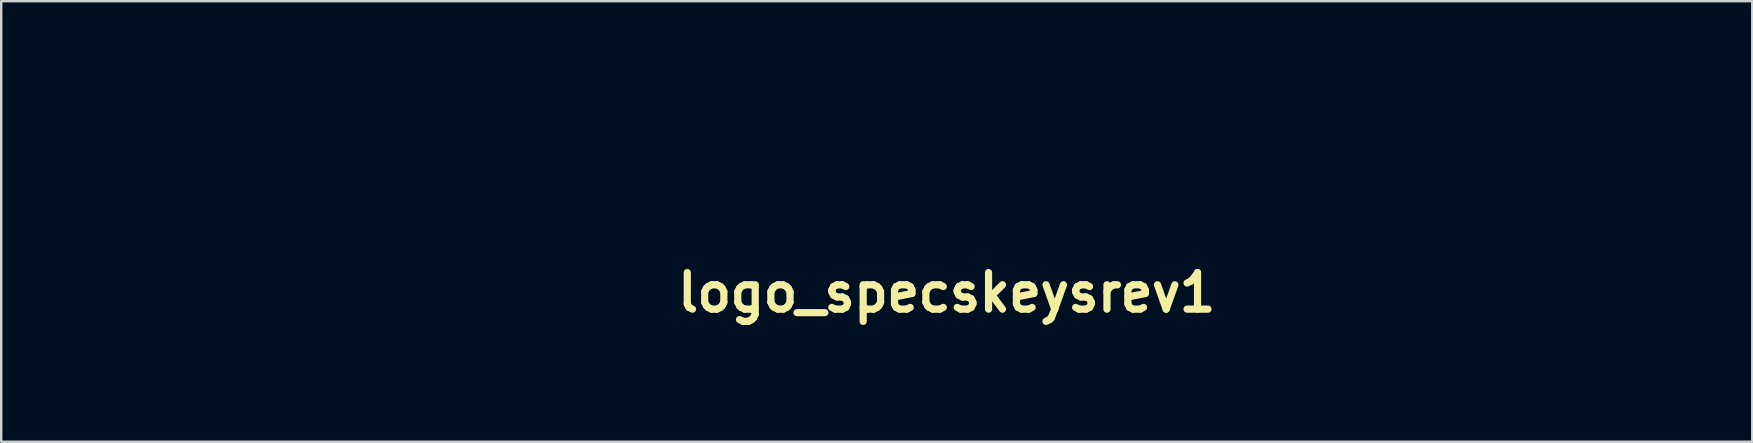
<source format=kicad_pcb>
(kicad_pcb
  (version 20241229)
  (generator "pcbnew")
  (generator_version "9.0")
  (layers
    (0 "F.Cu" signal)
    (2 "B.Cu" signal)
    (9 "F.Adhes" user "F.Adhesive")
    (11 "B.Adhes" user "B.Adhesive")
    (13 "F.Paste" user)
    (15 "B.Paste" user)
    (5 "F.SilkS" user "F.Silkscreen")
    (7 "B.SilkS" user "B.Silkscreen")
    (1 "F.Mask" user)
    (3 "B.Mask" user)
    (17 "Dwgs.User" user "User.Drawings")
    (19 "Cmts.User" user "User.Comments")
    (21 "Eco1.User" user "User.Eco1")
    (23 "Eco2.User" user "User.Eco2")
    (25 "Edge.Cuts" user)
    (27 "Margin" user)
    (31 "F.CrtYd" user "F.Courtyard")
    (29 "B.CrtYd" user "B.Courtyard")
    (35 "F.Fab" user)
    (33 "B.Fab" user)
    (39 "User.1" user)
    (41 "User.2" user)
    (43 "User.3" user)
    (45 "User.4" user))
  (footprint "logo_specskeysrev1"
    (layer "F.Cu")
    (at 36.403 9.144)
    (property "Reference" "logo_specskeysrev1" (at 0 0 0) (layer "F.SilkS") (effects (font (size 1.524 1.524) (thickness 0.3))))
    (attr board_only exclude_from_pos_files exclude_from_bom)
    (fp_poly (pts (xy 29.722 0.229) (xy 29.887 0.339) (xy 29.952 0.417) (xy 29.998 0.518) (xy 30.028 0.672) (xy 30.046 0.906) (xy 30.054 1.248) (xy 30.057 1.727) (xy 30.057 1.82) (xy 30.057 3.133) (xy 29.553 3.133) (xy 29.53 1.926) (xy 29.506 0.72) (xy 29.273 0.693) (xy 29.105 0.644) (xy 29.045 0.515) (xy 29.041 0.418) (xy 29.055 0.258) (xy 29.129 0.188) (xy 29.311 0.17) (xy 29.379 0.169)) (stroke (width 0) (type solid)) (fill yes) (layer "F.Mask"))
    (fp_poly (pts (xy 22.99 0.85) (xy 23.172 0.867) (xy 23.257 0.911) (xy 23.282 0.995) (xy 23.283 1.058) (xy 23.271 1.181) (xy 23.204 1.244) (xy 23.043 1.267) (xy 22.835 1.27) (xy 22.561 1.288) (xy 22.352 1.335) (xy 22.284 1.372) (xy 22.23 1.517) (xy 22.196 1.816) (xy 22.183 2.255) (xy 22.183 2.303) (xy 22.181 2.683) (xy 22.172 2.924) (xy 22.147 3.059) (xy 22.097 3.118) (xy 22.016 3.132) (xy 21.971 3.133) (xy 21.759 3.133) (xy 21.759 2.13) (xy 21.764 1.639) (xy 21.791 1.293) (xy 21.858 1.065) (xy 21.982 0.932) (xy 22.183 0.868) (xy 22.476 0.848) (xy 22.676 0.847)) (stroke (width 0) (type solid)) (fill yes) (layer "F.Mask"))
    (fp_poly (pts (xy 26.499 0.856) (xy 26.581 0.898) (xy 26.665 0.99) (xy 26.761 1.153) (xy 26.878 1.405) (xy 27.027 1.766) (xy 27.22 2.254) (xy 27.36 2.617) (xy 27.419 2.729) (xy 27.485 2.749) (xy 27.57 2.665) (xy 27.684 2.461) (xy 27.837 2.123) (xy 27.99 1.759) (xy 28.149 1.378) (xy 28.267 1.127) (xy 28.361 0.977) (xy 28.452 0.9) (xy 28.559 0.869) (xy 28.61 0.862) (xy 28.786 0.855) (xy 28.832 0.911) (xy 28.791 1.047) (xy 28.639 1.43) (xy 28.468 1.839) (xy 28.291 2.241) (xy 28.125 2.6) (xy 27.987 2.881) (xy 27.891 3.048) (xy 27.876 3.069) (xy 27.691 3.178) (xy 27.445 3.214) (xy 27.214 3.175) (xy 27.101 3.1) (xy 27.045 2.996) (xy 26.942 2.772) (xy 26.807 2.466) (xy 26.655 2.111) (xy 26.501 1.745) (xy 26.36 1.402) (xy 26.247 1.118) (xy 26.177 0.93) (xy 26.162 0.874) (xy 26.236 0.854) (xy 26.407 0.847)) (stroke (width 0) (type solid)) (fill yes) (layer "F.Mask"))
    (fp_poly (pts (xy 4.741 -3.874) (xy 5.494 -3.91) (xy 5.952 -3.948) (xy 6.283 -4.01) (xy 6.441 -4.075) (xy 6.55 -4.193) (xy 6.72 -4.43) (xy 6.929 -4.756) (xy 7.157 -5.14) (xy 7.247 -5.298) (xy 7.859 -6.392) (xy 8.554 -6.417) (xy 9.248 -6.442) (xy 8.887 -5.782) (xy 8.525 -5.134) (xy 8.221 -4.622) (xy 7.964 -4.23) (xy 7.742 -3.94) (xy 7.543 -3.734) (xy 7.47 -3.673) (xy 7.129 -3.41) (xy 7.415 -3.274) (xy 7.635 -3.122) (xy 7.868 -2.894) (xy 7.963 -2.775) (xy 8.082 -2.597) (xy 8.252 -2.324) (xy 8.455 -1.986) (xy 8.674 -1.614) (xy 8.892 -1.238) (xy 9.09 -0.888) (xy 9.252 -0.594) (xy 9.361 -0.386) (xy 9.398 -0.296) (xy 9.32 -0.276) (xy 9.112 -0.267) (xy 8.815 -0.268) (xy 8.703 -0.272) (xy 8.008 -0.296) (xy 7.401 -1.397) (xy 7.122 -1.892) (xy 6.891 -2.257) (xy 6.683 -2.513) (xy 6.469 -2.681) (xy 6.222 -2.781) (xy 5.915 -2.834) (xy 5.521 -2.862) (xy 5.488 -2.864) (xy 4.741 -2.899) (xy 4.741 -0.254) (xy 3.471 -0.254) (xy 3.471 -9.144) (xy 4.741 -9.144)) (stroke (width 0) (type solid)) (fill yes) (layer "F.Mask"))
    (fp_poly (pts (xy 20.585 2.159) (xy 19.899 2.184) (xy 19.214 2.208) (xy 19.333 1.93) (xy 19.648 1.185) (xy 19.906 0.574) (xy 20.103 0.101) (xy 20.238 -0.229) (xy 20.309 -0.41) (xy 20.32 -0.446) (xy 20.245 -0.483) (xy 20.059 -0.527) (xy 19.985 -0.54) (xy 19.68 -0.644) (xy 19.448 -0.868) (xy 19.381 -0.993) (xy 19.262 -1.25) (xy 19.101 -1.615) (xy 18.907 -2.067) (xy 18.69 -2.583) (xy 18.458 -3.141) (xy 18.22 -3.717) (xy 17.987 -4.289) (xy 17.767 -4.835) (xy 17.569 -5.333) (xy 17.403 -5.758) (xy 17.279 -6.09) (xy 17.204 -6.304) (xy 17.187 -6.375) (xy 17.265 -6.403) (xy 17.471 -6.419) (xy 17.765 -6.419) (xy 17.839 -6.417) (xy 18.49 -6.392) (xy 19.433 -4.083) (xy 19.675 -3.493) (xy 19.901 -2.953) (xy 20.1 -2.483) (xy 20.265 -2.103) (xy 20.387 -1.834) (xy 20.457 -1.695) (xy 20.466 -1.683) (xy 20.549 -1.617) (xy 20.631 -1.6) (xy 20.721 -1.645) (xy 20.826 -1.766) (xy 20.955 -1.976) (xy 21.116 -2.288) (xy 21.316 -2.716) (xy 21.565 -3.272) (xy 21.869 -3.971) (xy 21.892 -4.022) (xy 22.918 -6.392) (xy 23.603 -6.417) (xy 24.289 -6.441)) (stroke (width 0) (type solid)) (fill yes) (layer "F.Mask"))
    (fp_poly (pts (xy -7.959 -5.261) (xy -9.758 -5.234) (xy -10.364 -5.224) (xy -10.826 -5.212) (xy -11.168 -5.195) (xy -11.416 -5.172) (xy -11.595 -5.141) (xy -11.729 -5.098) (xy -11.843 -5.041) (xy -11.853 -5.035) (xy -12.121 -4.83) (xy -12.308 -4.557) (xy -12.424 -4.191) (xy -12.48 -3.704) (xy -12.488 -3.344) (xy -12.464 -2.772) (xy -12.385 -2.337) (xy -12.242 -2.011) (xy -12.023 -1.769) (xy -11.853 -1.653) (xy -11.74 -1.596) (xy -11.609 -1.551) (xy -11.436 -1.519) (xy -11.196 -1.495) (xy -10.863 -1.478) (xy -10.414 -1.466) (xy -9.823 -1.455) (xy -9.758 -1.454) (xy -7.959 -1.427) (xy -7.959 -0.254) (xy -9.842 -0.261) (xy -10.403 -0.266) (xy -10.916 -0.276) (xy -11.355 -0.29) (xy -11.691 -0.306) (xy -11.897 -0.325) (xy -11.938 -0.333) (xy -12.526 -0.594) (xy -13.024 -0.98) (xy -13.407 -1.468) (xy -13.607 -1.896) (xy -13.693 -2.263) (xy -13.746 -2.743) (xy -13.766 -3.283) (xy -13.754 -3.828) (xy -13.708 -4.326) (xy -13.629 -4.723) (xy -13.607 -4.793) (xy -13.335 -5.33) (xy -12.932 -5.797) (xy -12.433 -6.154) (xy -12.415 -6.163) (xy -12.274 -6.235) (xy -12.145 -6.291) (xy -12.002 -6.332) (xy -11.821 -6.362) (xy -11.579 -6.383) (xy -11.25 -6.397) (xy -10.809 -6.407) (xy -10.234 -6.415) (xy -9.97 -6.419) (xy -7.959 -6.446)) (stroke (width 0) (type solid)) (fill yes) (layer "F.Mask"))
    (fp_poly (pts (xy 25.167 0.852) (xy 25.393 0.876) (xy 25.545 0.929) (xy 25.668 1.023) (xy 25.7 1.054) (xy 25.875 1.327) (xy 25.91 1.625) (xy 25.806 1.899) (xy 25.685 2.026) (xy 25.533 2.119) (xy 25.343 2.173) (xy 25.067 2.197) (xy 24.796 2.201) (xy 24.463 2.204) (xy 24.265 2.219) (xy 24.167 2.256) (xy 24.133 2.327) (xy 24.13 2.404) (xy 24.15 2.536) (xy 24.227 2.624) (xy 24.388 2.677) (xy 24.662 2.702) (xy 25.076 2.709) (xy 25.111 2.709) (xy 25.457 2.711) (xy 25.668 2.724) (xy 25.777 2.757) (xy 25.817 2.821) (xy 25.823 2.921) (xy 25.823 3.133) (xy 24.956 3.126) (xy 24.581 3.119) (xy 24.264 3.106) (xy 24.048 3.089) (xy 23.98 3.076) (xy 23.834 2.935) (xy 23.721 2.671) (xy 23.646 2.329) (xy 23.616 1.952) (xy 23.634 1.617) (xy 24.13 1.617) (xy 24.13 1.863) (xy 24.72 1.863) (xy 25.043 1.855) (xy 25.238 1.827) (xy 25.348 1.767) (xy 25.397 1.699) (xy 25.428 1.511) (xy 25.309 1.37) (xy 25.054 1.287) (xy 24.808 1.27) (xy 24.465 1.284) (xy 24.258 1.335) (xy 24.157 1.441) (xy 24.13 1.617) (xy 23.634 1.617) (xy 23.636 1.585) (xy 23.71 1.272) (xy 23.746 1.191) (xy 23.842 1.036) (xy 23.961 0.935) (xy 24.14 0.878) (xy 24.415 0.853) (xy 24.818 0.847)) (stroke (width 0) (type solid)) (fill yes) (layer "F.Mask"))
    (fp_poly (pts (xy -25.594 -6.392) (xy -25.166 -6.388) (xy -24.85 -6.377) (xy -24.617 -6.357) (xy -24.439 -6.323) (xy -24.286 -6.274) (xy -24.129 -6.204) (xy -24.023 -6.153) (xy -23.53 -5.835) (xy -23.152 -5.419) (xy -22.884 -4.892) (xy -22.721 -4.247) (xy -22.658 -3.473) (xy -22.657 -3.344) (xy -22.702 -2.562) (xy -22.84 -1.911) (xy -23.079 -1.379) (xy -23.424 -0.951) (xy -23.882 -0.615) (xy -24 -0.551) (xy -24.498 -0.296) (xy -26.261 -0.269) (xy -28.025 -0.242) (xy -28.025 2.201) (xy -29.305 2.201) (xy -29.279 -1.291) (xy -29.278 -1.423) (xy -28.039 -1.423) (xy -26.444 -1.452) (xy -25.874 -1.465) (xy -25.446 -1.479) (xy -25.134 -1.499) (xy -24.911 -1.527) (xy -24.751 -1.566) (xy -24.628 -1.618) (xy -24.573 -1.649) (xy -24.268 -1.922) (xy -24.06 -2.318) (xy -23.948 -2.844) (xy -23.925 -3.301) (xy -23.953 -3.89) (xy -24.048 -4.357) (xy -24.226 -4.713) (xy -24.5 -4.968) (xy -24.885 -5.135) (xy -25.395 -5.224) (xy -26.045 -5.246) (xy -26.448 -5.235) (xy -26.927 -5.198) (xy -27.275 -5.128) (xy -27.529 -5.009) (xy -27.727 -4.826) (xy -27.833 -4.681) (xy -27.889 -4.572) (xy -27.93 -4.423) (xy -27.961 -4.207) (xy -27.983 -3.898) (xy -27.999 -3.47) (xy -28.01 -2.938) (xy -28.039 -1.423) (xy -29.278 -1.423) (xy -29.272 -2.152) (xy -29.265 -2.861) (xy -29.258 -3.435) (xy -29.249 -3.891) (xy -29.237 -4.245) (xy -29.222 -4.516) (xy -29.201 -4.721) (xy -29.175 -4.875) (xy -29.143 -4.998) (xy -29.103 -5.105) (xy -29.058 -5.206) (xy -28.821 -5.634) (xy -28.546 -5.946) (xy -28.183 -6.193) (xy -28.152 -6.21) (xy -28.023 -6.273) (xy -27.887 -6.32) (xy -27.718 -6.353) (xy -27.488 -6.374) (xy -27.169 -6.386) (xy -26.735 -6.391) (xy -26.162 -6.392)) (stroke (width 0) (type solid)) (fill yes) (layer "F.Mask"))
    (fp_poly (pts (xy -30.988 -5.249) (xy -32.76 -5.249) (xy -33.457 -5.246) (xy -34.003 -5.234) (xy -34.417 -5.207) (xy -34.716 -5.16) (xy -34.918 -5.088) (xy -35.043 -4.985) (xy -35.109 -4.847) (xy -35.133 -4.667) (xy -35.135 -4.567) (xy -35.129 -4.357) (xy -35.094 -4.2) (xy -35.009 -4.086) (xy -34.852 -4.009) (xy -34.601 -3.958) (xy -34.235 -3.927) (xy -33.732 -3.905) (xy -33.427 -3.895) (xy -32.885 -3.878) (xy -32.482 -3.859) (xy -32.186 -3.834) (xy -31.968 -3.8) (xy -31.794 -3.752) (xy -31.636 -3.686) (xy -31.541 -3.638) (xy -31.157 -3.368) (xy -30.901 -3.011) (xy -30.764 -2.55) (xy -30.734 -2.121) (xy -30.801 -1.534) (xy -30.998 -1.051) (xy -31.324 -0.676) (xy -31.774 -0.414) (xy -31.994 -0.34) (xy -32.165 -0.316) (xy -32.477 -0.294) (xy -32.901 -0.276) (xy -33.411 -0.263) (xy -33.977 -0.256) (xy -34.311 -0.254) (xy -36.322 -0.254) (xy -36.322 -1.439) (xy -34.457 -1.439) (xy -33.753 -1.442) (xy -33.199 -1.454) (xy -32.777 -1.478) (xy -32.467 -1.519) (xy -32.252 -1.579) (xy -32.112 -1.663) (xy -32.027 -1.775) (xy -31.981 -1.917) (xy -31.977 -1.934) (xy -31.97 -2.286) (xy -32.087 -2.577) (xy -32.309 -2.766) (xy -32.361 -2.788) (xy -32.544 -2.822) (xy -32.854 -2.851) (xy -33.25 -2.871) (xy -33.689 -2.879) (xy -33.731 -2.879) (xy -34.182 -2.886) (xy -34.602 -2.906) (xy -34.947 -2.935) (xy -35.17 -2.97) (xy -35.179 -2.972) (xy -35.664 -3.184) (xy -36.035 -3.516) (xy -36.283 -3.954) (xy -36.397 -4.484) (xy -36.403 -4.657) (xy -36.332 -5.198) (xy -36.131 -5.667) (xy -35.816 -6.039) (xy -35.401 -6.292) (xy -35.24 -6.346) (xy -35.064 -6.372) (xy -34.747 -6.394) (xy -34.317 -6.413) (xy -33.802 -6.426) (xy -33.23 -6.433) (xy -32.956 -6.434) (xy -30.988 -6.435)) (stroke (width 0) (type solid)) (fill yes) (layer "F.Mask"))
    (fp_poly (pts (xy -1.355 -5.249) (xy -3.127 -5.249) (xy -3.824 -5.246) (xy -4.37 -5.234) (xy -4.783 -5.207) (xy -5.082 -5.16) (xy -5.285 -5.088) (xy -5.41 -4.985) (xy -5.475 -4.847) (xy -5.5 -4.667) (xy -5.502 -4.567) (xy -5.496 -4.357) (xy -5.461 -4.2) (xy -5.376 -4.086) (xy -5.219 -4.009) (xy -4.968 -3.958) (xy -4.602 -3.927) (xy -4.098 -3.905) (xy -3.794 -3.895) (xy -3.252 -3.878) (xy -2.849 -3.859) (xy -2.553 -3.834) (xy -2.334 -3.8) (xy -2.161 -3.752) (xy -2.003 -3.686) (xy -1.908 -3.638) (xy -1.524 -3.368) (xy -1.268 -3.011) (xy -1.131 -2.55) (xy -1.101 -2.121) (xy -1.167 -1.534) (xy -1.365 -1.051) (xy -1.69 -0.676) (xy -2.141 -0.414) (xy -2.361 -0.34) (xy -2.531 -0.316) (xy -2.843 -0.294) (xy -3.268 -0.276) (xy -3.777 -0.263) (xy -4.343 -0.256) (xy -4.678 -0.254) (xy -6.689 -0.254) (xy -6.689 -1.439) (xy -4.823 -1.439) (xy -4.119 -1.442) (xy -3.566 -1.454) (xy -3.143 -1.478) (xy -2.834 -1.519) (xy -2.619 -1.579) (xy -2.478 -1.663) (xy -2.394 -1.775) (xy -2.347 -1.917) (xy -2.344 -1.934) (xy -2.337 -2.286) (xy -2.453 -2.577) (xy -2.675 -2.766) (xy -2.728 -2.788) (xy -2.911 -2.822) (xy -3.221 -2.851) (xy -3.616 -2.871) (xy -4.056 -2.879) (xy -4.098 -2.879) (xy -4.548 -2.886) (xy -4.969 -2.906) (xy -5.313 -2.935) (xy -5.537 -2.97) (xy -5.546 -2.972) (xy -6.031 -3.184) (xy -6.402 -3.516) (xy -6.65 -3.954) (xy -6.763 -4.484) (xy -6.77 -4.657) (xy -6.699 -5.198) (xy -6.498 -5.667) (xy -6.182 -6.039) (xy -5.768 -6.292) (xy -5.607 -6.346) (xy -5.431 -6.372) (xy -5.113 -6.394) (xy -4.683 -6.413) (xy -4.168 -6.426) (xy -3.597 -6.433) (xy -3.323 -6.434) (xy -1.355 -6.435)) (stroke (width 0) (type solid)) (fill yes) (layer "F.Mask"))
    (fp_poly (pts (xy 30.311 -5.249) (xy 28.538 -5.249) (xy 27.841 -5.246) (xy 27.295 -5.234) (xy 26.882 -5.207) (xy 26.583 -5.16) (xy 26.38 -5.088) (xy 26.255 -4.985) (xy 26.19 -4.847) (xy 26.166 -4.667) (xy 26.163 -4.567) (xy 26.169 -4.357) (xy 26.204 -4.2) (xy 26.289 -4.086) (xy 26.447 -4.009) (xy 26.698 -3.958) (xy 27.064 -3.927) (xy 27.567 -3.905) (xy 27.872 -3.895) (xy 28.413 -3.878) (xy 28.817 -3.859) (xy 29.112 -3.834) (xy 29.331 -3.8) (xy 29.504 -3.752) (xy 29.663 -3.686) (xy 29.758 -3.638) (xy 30.142 -3.368) (xy 30.398 -3.011) (xy 30.535 -2.55) (xy 30.565 -2.121) (xy 30.498 -1.534) (xy 30.3 -1.051) (xy 29.975 -0.676) (xy 29.524 -0.414) (xy 29.305 -0.34) (xy 29.134 -0.316) (xy 28.822 -0.294) (xy 28.397 -0.276) (xy 27.888 -0.263) (xy 27.322 -0.256) (xy 26.988 -0.254) (xy 24.977 -0.254) (xy 24.977 -1.439) (xy 26.842 -1.439) (xy 27.546 -1.442) (xy 28.1 -1.454) (xy 28.522 -1.478) (xy 28.831 -1.519) (xy 29.047 -1.579) (xy 29.187 -1.663) (xy 29.271 -1.775) (xy 29.318 -1.917) (xy 29.322 -1.934) (xy 29.328 -2.286) (xy 29.212 -2.577) (xy 28.99 -2.766) (xy 28.937 -2.788) (xy 28.755 -2.822) (xy 28.445 -2.851) (xy 28.049 -2.871) (xy 27.61 -2.879) (xy 27.568 -2.879) (xy 27.117 -2.886) (xy 26.696 -2.906) (xy 26.352 -2.935) (xy 26.128 -2.97) (xy 26.12 -2.972) (xy 25.635 -3.184) (xy 25.263 -3.516) (xy 25.016 -3.954) (xy 24.902 -4.484) (xy 24.896 -4.657) (xy 24.966 -5.198) (xy 25.167 -5.667) (xy 25.483 -6.039) (xy 25.897 -6.292) (xy 26.059 -6.346) (xy 26.235 -6.372) (xy 26.552 -6.394) (xy 26.982 -6.413) (xy 27.497 -6.426) (xy 28.069 -6.433) (xy 28.342 -6.434) (xy 30.311 -6.435)) (stroke (width 0) (type solid)) (fill yes) (layer "F.Mask"))
    (fp_poly (pts (xy -17.466 -6.392) (xy -17 -6.388) (xy -16.653 -6.379) (xy -16.401 -6.363) (xy -16.219 -6.337) (xy -16.082 -6.299) (xy -15.965 -6.248) (xy -15.874 -6.197) (xy -15.484 -5.89) (xy -15.214 -5.476) (xy -15.068 -5.019) (xy -15.021 -4.493) (xy -15.097 -3.982) (xy -15.283 -3.535) (xy -15.424 -3.34) (xy -15.59 -3.176) (xy -15.778 -3.047) (xy -16.012 -2.95) (xy -16.312 -2.881) (xy -16.702 -2.835) (xy -17.203 -2.808) (xy -17.838 -2.796) (xy -18.314 -2.794) (xy -20.088 -2.794) (xy -20.046 -2.363) (xy -19.98 -2.023) (xy -19.844 -1.777) (xy -19.78 -1.707) (xy -19.554 -1.482) (xy -17.44 -1.456) (xy -15.325 -1.431) (xy -15.325 -0.254) (xy -17.505 -0.261) (xy -18.107 -0.266) (xy -18.661 -0.274) (xy -19.144 -0.287) (xy -19.529 -0.301) (xy -19.791 -0.318) (xy -19.897 -0.333) (xy -20.424 -0.571) (xy -20.829 -0.924) (xy -21.107 -1.388) (xy -21.155 -1.515) (xy -21.191 -1.713) (xy -21.22 -2.055) (xy -21.24 -2.518) (xy -21.25 -3.076) (xy -21.251 -3.344) (xy -21.248 -3.725) (xy -20.086 -3.725) (xy -18.522 -3.725) (xy -17.947 -3.731) (xy -17.447 -3.745) (xy -17.048 -3.769) (xy -16.778 -3.799) (xy -16.69 -3.819) (xy -16.422 -3.989) (xy -16.275 -4.245) (xy -16.258 -4.548) (xy -16.378 -4.859) (xy -16.46 -4.969) (xy -16.665 -5.207) (xy -19.554 -5.207) (xy -19.783 -4.978) (xy -19.924 -4.803) (xy -20.004 -4.593) (xy -20.046 -4.285) (xy -20.049 -4.237) (xy -20.086 -3.725) (xy -21.248 -3.725) (xy -21.246 -3.937) (xy -21.23 -4.444) (xy -21.205 -4.842) (xy -21.172 -5.106) (xy -21.155 -5.173) (xy -20.912 -5.649) (xy -20.547 -6.036) (xy -20.294 -6.203) (xy -20.169 -6.265) (xy -20.042 -6.312) (xy -19.888 -6.345) (xy -19.681 -6.368) (xy -19.397 -6.382) (xy -19.01 -6.389) (xy -18.495 -6.392) (xy -18.076 -6.392)) (stroke (width 0) (type solid)) (fill yes) (layer "F.Mask"))
    (fp_poly (pts (xy 13.861 -6.392) (xy 14.327 -6.388) (xy 14.674 -6.379) (xy 14.925 -6.363) (xy 15.107 -6.337) (xy 15.244 -6.299) (xy 15.361 -6.248) (xy 15.453 -6.197) (xy 15.842 -5.89) (xy 16.112 -5.476) (xy 16.259 -5.019) (xy 16.305 -4.493) (xy 16.23 -3.982) (xy 16.043 -3.535) (xy 15.902 -3.34) (xy 15.737 -3.176) (xy 15.548 -3.047) (xy 15.315 -2.95) (xy 15.014 -2.881) (xy 14.624 -2.835) (xy 14.123 -2.808) (xy 13.489 -2.796) (xy 13.013 -2.794) (xy 11.239 -2.794) (xy 11.281 -2.363) (xy 11.346 -2.023) (xy 11.483 -1.777) (xy 11.547 -1.707) (xy 11.772 -1.482) (xy 13.887 -1.456) (xy 16.002 -1.431) (xy 16.002 -0.254) (xy 13.822 -0.261) (xy 13.22 -0.266) (xy 12.665 -0.274) (xy 12.183 -0.287) (xy 11.798 -0.301) (xy 11.536 -0.318) (xy 11.429 -0.333) (xy 10.903 -0.571) (xy 10.498 -0.924) (xy 10.219 -1.388) (xy 10.172 -1.515) (xy 10.135 -1.716) (xy 10.107 -2.05) (xy 10.088 -2.482) (xy 10.078 -2.974) (xy 10.076 -3.493) (xy 10.079 -3.725) (xy 11.24 -3.725) (xy 12.804 -3.725) (xy 13.38 -3.731) (xy 13.88 -3.745) (xy 14.278 -3.769) (xy 14.549 -3.799) (xy 14.636 -3.819) (xy 14.905 -3.989) (xy 15.051 -4.245) (xy 15.069 -4.548) (xy 14.949 -4.859) (xy 14.866 -4.969) (xy 14.662 -5.207) (xy 11.773 -5.207) (xy 11.543 -4.978) (xy 11.403 -4.803) (xy 11.323 -4.593) (xy 11.281 -4.285) (xy 11.277 -4.237) (xy 11.24 -3.725) (xy 10.079 -3.725) (xy 10.082 -4.001) (xy 10.098 -4.463) (xy 10.122 -4.843) (xy 10.155 -5.106) (xy 10.172 -5.173) (xy 10.414 -5.649) (xy 10.78 -6.036) (xy 11.033 -6.203) (xy 11.157 -6.265) (xy 11.284 -6.312) (xy 11.439 -6.345) (xy 11.646 -6.368) (xy 11.93 -6.382) (xy 12.317 -6.389) (xy 12.832 -6.392) (xy 13.25 -6.392)) (stroke (width 0) (type solid)) (fill yes) (layer "F.Mask")))
  (gr_rect
    (start -3 -3)
    (end 69.968 15.358)
    (stroke (width 0.1) (type default))
    (fill no)
    (layer "Edge.Cuts")))
</source>
